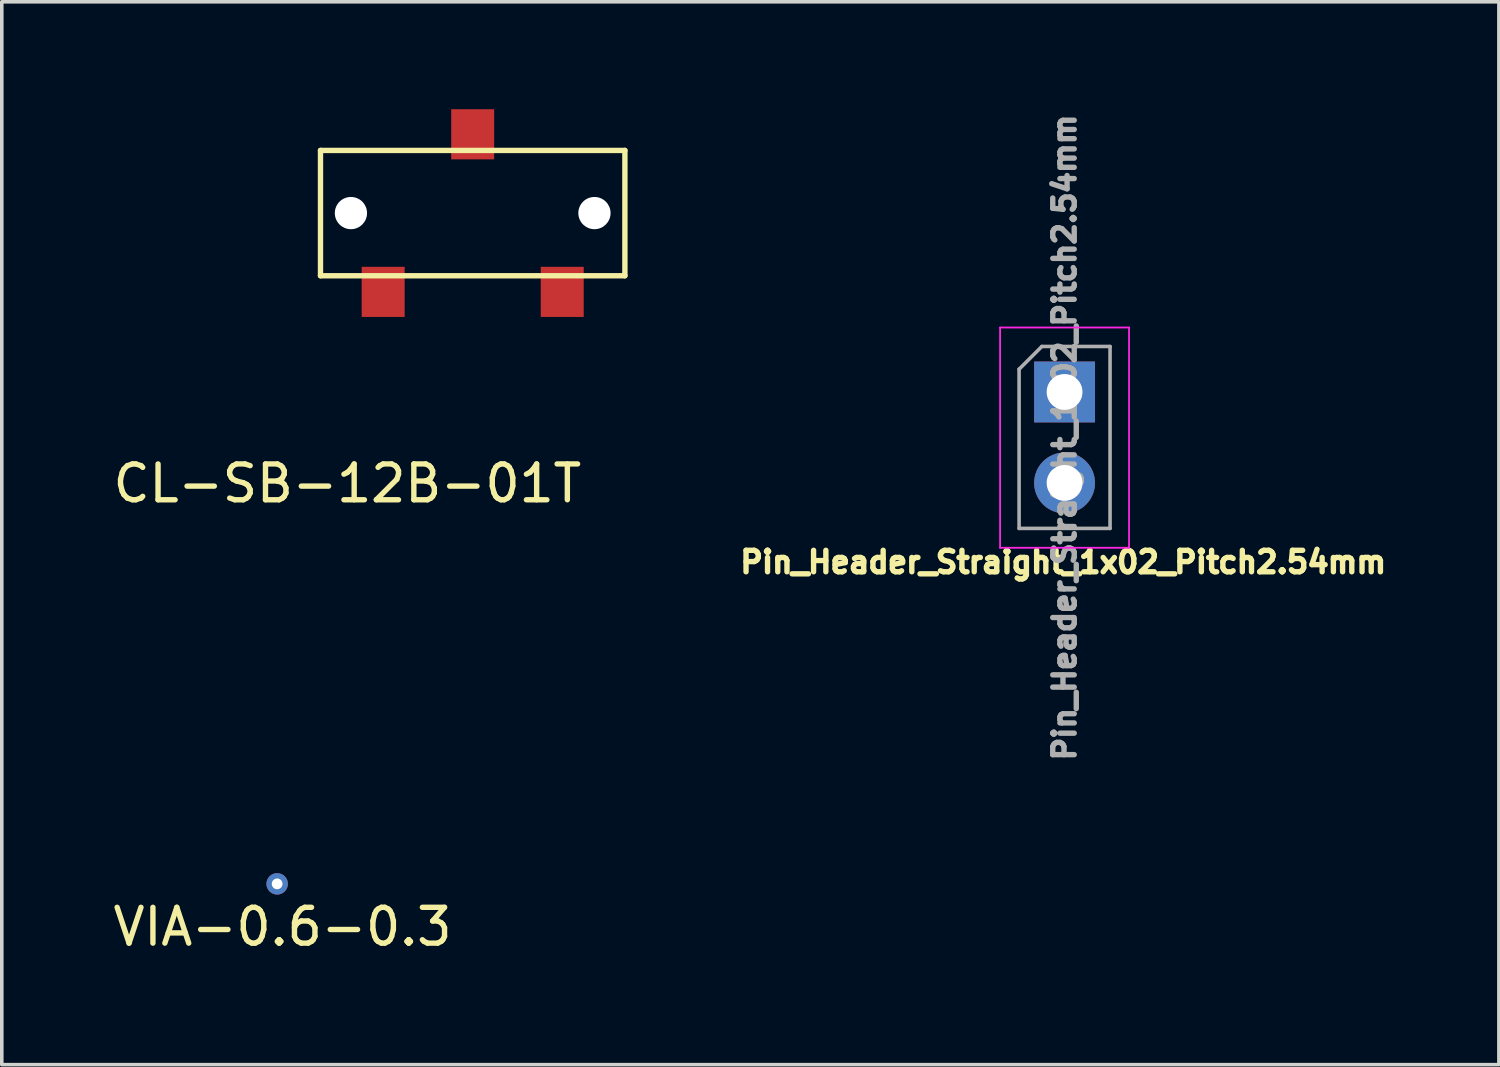
<source format=kicad_pcb>
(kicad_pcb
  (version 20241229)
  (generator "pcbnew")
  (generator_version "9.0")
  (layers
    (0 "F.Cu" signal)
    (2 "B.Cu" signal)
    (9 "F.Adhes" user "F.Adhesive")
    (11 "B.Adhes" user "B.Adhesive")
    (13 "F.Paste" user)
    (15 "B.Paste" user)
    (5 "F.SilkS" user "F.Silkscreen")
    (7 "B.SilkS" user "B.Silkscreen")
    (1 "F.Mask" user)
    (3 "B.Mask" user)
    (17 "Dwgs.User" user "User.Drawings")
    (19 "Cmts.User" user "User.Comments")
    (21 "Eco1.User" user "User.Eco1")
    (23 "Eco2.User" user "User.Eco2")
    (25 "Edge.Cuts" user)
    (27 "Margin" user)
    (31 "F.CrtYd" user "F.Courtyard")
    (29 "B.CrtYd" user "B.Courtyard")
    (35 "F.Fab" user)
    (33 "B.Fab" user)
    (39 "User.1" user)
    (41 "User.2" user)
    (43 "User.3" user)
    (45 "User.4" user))
  (footprint "Pin_Header_Straight_1x02_Pitch2.54mm"
    (layer "F.Cu")
    (at 26.676 7.895)
    (property "Reference" "Pin_Header_Straight_1x02_Pitch2.54mm" (at -0.037 4.751 0) (layer "F.SilkS") (effects (font (size 0.6 0.6) (thickness 0.15))))
    (attr through_hole)
    (fp_line (start -1.8 -1.8) (end -1.8 4.35) (stroke (width 0.05) (type solid)) (layer "F.CrtYd"))
    (fp_line (start -1.8 4.35) (end 1.8 4.35) (stroke (width 0.05) (type solid)) (layer "F.CrtYd"))
    (fp_line (start 1.8 -1.8) (end -1.8 -1.8) (stroke (width 0.05) (type solid)) (layer "F.CrtYd"))
    (fp_line (start 1.8 4.35) (end 1.8 -1.8) (stroke (width 0.05) (type solid)) (layer "F.CrtYd"))
    (fp_line (start -1.27 -0.635) (end -0.635 -1.27) (stroke (width 0.1) (type solid)) (layer "F.Fab"))
    (fp_line (start -1.27 3.81) (end -1.27 -0.635) (stroke (width 0.1) (type solid)) (layer "F.Fab"))
    (fp_line (start -0.635 -1.27) (end 1.27 -1.27) (stroke (width 0.1) (type solid)) (layer "F.Fab"))
    (fp_line (start 1.27 -1.27) (end 1.27 3.81) (stroke (width 0.1) (type solid)) (layer "F.Fab"))
    (fp_line (start 1.27 3.81) (end -1.27 3.81) (stroke (width 0.1) (type solid)) (layer "F.Fab"))
    (fp_text user "${REFERENCE}" (at 0 1.27 90) (layer "F.Fab") (effects (font (size 0.6 0.6) (thickness 0.15))))
    (pad "1" thru_hole rect (at 0 0) (size 1.7 1.7) (drill 1) (layers "*.Cu" "*.Mask"))
    (pad "2" thru_hole oval (at 0 2.54) (size 1.7 1.7) (drill 1) (layers "*.Cu" "*.Mask")))
  (footprint "CL-SB-12B-01T"
    (layer "F.Cu")
    (at 10.149 2.9)
    (property "Reference" "CL-SB-12B-01T" (at -3.5 7.55 0) (layer "F.SilkS") (effects (font (size 1 1) (thickness 0.15))))
    (attr through_hole)
    (fp_line (start -4.25 -1.75) (end 4.25 -1.75) (stroke (width 0.15) (type solid)) (layer "F.SilkS"))
    (fp_line (start -4.25 1.75) (end -4.25 -1.75) (stroke (width 0.15) (type solid)) (layer "F.SilkS"))
    (fp_line (start 4.25 -1.75) (end 4.25 1.75) (stroke (width 0.15) (type solid)) (layer "F.SilkS"))
    (fp_line (start 4.25 1.75) (end -4.25 1.75) (stroke (width 0.15) (type solid)) (layer "F.SilkS"))
    (pad "" np_thru_hole circle (at -3.4 0) (size 0.9 0.9) (drill 0.9) (layers "*.Cu" "*.Mask"))
    (pad "" np_thru_hole circle (at 3.4 0) (size 0.9 0.9) (drill 0.9) (layers "*.Cu" "*.Mask"))
    (pad "1" smd rect (at -2.5 2.2) (size 1.2 1.4) (layers "F.Cu" "F.Mask" "F.Paste"))
    (pad "2" smd rect (at 0 -2.2) (size 1.2 1.4) (layers "F.Cu" "F.Mask" "F.Paste"))
    (pad "3" smd rect (at 2.5 2.2) (size 1.2 1.4) (layers "F.Cu" "F.Mask" "F.Paste")))
  (footprint "VIA-0.6-0.3"
    (layer "F.Cu")
    (at 4.689 21.63)
    (property "Reference" "VIA-0.6-0.3" (at 0.15 1.2 0) (layer "F.SilkS") (effects (font (size 1 1) (thickness 0.15))))
    (attr through_hole)
    (pad "1" thru_hole circle (at 0 0) (size 0.6 0.6) (drill 0.3) (layers "*.Cu")))
  (gr_rect
    (start -3 -3)
    (end 38.804 26.678)
    (stroke (width 0.1) (type default))
    (fill no)
    (layer "Edge.Cuts")))
</source>
